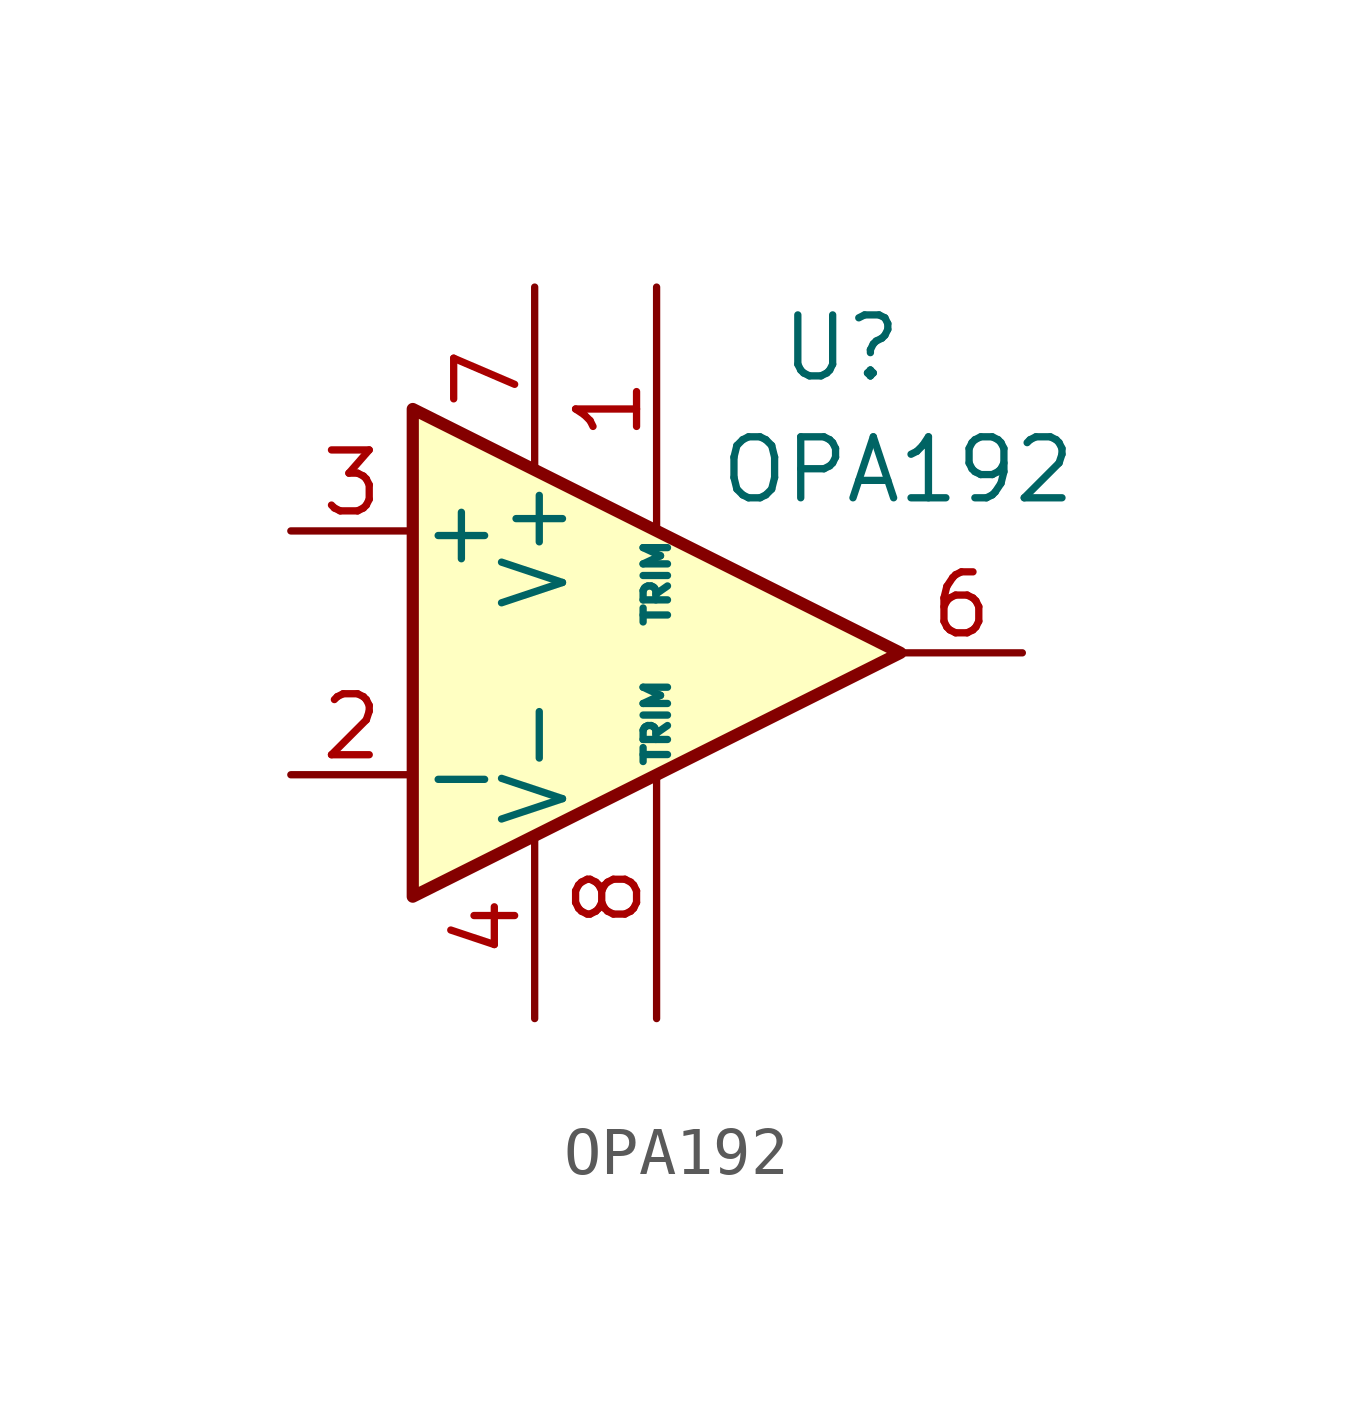
<source format=kicad_sym>
(kicad_symbol_lib
  (version 20220914)
  (generator kicad_symbol_editor)
  (symbol "OPA192"
    (pin_names
      (offset 0.127))
    (property "Reference" "U"
      (at 2.54 6.35 0)
      (effects (font (size 1.27 1.27)) (justify left)))
    (property "Value" "OPA192"
      (at 1.27 3.81 0)
      (effects (font (size 1.27 1.27)) (justify left)))
    (symbol "OPA192_0_1"
      (polyline (pts (xy -5.08 5.08) (xy 5.08 0) (xy -5.08 -5.08) (xy -5.08 5.08)) (stroke (width 0.254) (type default)) (fill (type background))))
    (symbol "OPA192_1_1"
      (pin input line (at 0 7.62 270) (length 5.08) (name "TRIM" (effects (font (size 0.508 0.508)))) (number "1" (effects (font (size 1.27 1.27)))))
      (pin input line (at -7.62 -2.54 0) (length 2.54) (name "-" (effects (font (size 1.27 1.27)))) (number "2" (effects (font (size 1.27 1.27)))))
      (pin input line (at -7.62 2.54 0) (length 2.54) (name "+" (effects (font (size 1.27 1.27)))) (number "3" (effects (font (size 1.27 1.27)))))
      (pin power_in line (at -2.54 -7.62 90) (length 3.81) (name "V-" (effects (font (size 1.27 1.27)))) (number "4" (effects (font (size 1.27 1.27)))))
      (pin no_connect non_logic (at 2.54 -1.27 90) (length 0) hide (name "NC" (effects (font (size 0.508 0.508)))) (number "5" (effects (font (size 1.27 1.27)))))
      (pin output line (at 7.62 0 180) (length 2.54) (name "~" (effects (font (size 1.27 1.27)))) (number "6" (effects (font (size 1.27 1.27)))))
      (pin power_in line (at -2.54 7.62 270) (length 3.81) (name "V+" (effects (font (size 1.27 1.27)))) (number "7" (effects (font (size 1.27 1.27)))))
      (pin input line (at 0 -7.62 90) (length 5.08) (name "TRIM" (effects (font (size 0.508 0.508)))) (number "8" (effects (font (size 1.27 1.27))))))))
</source>
